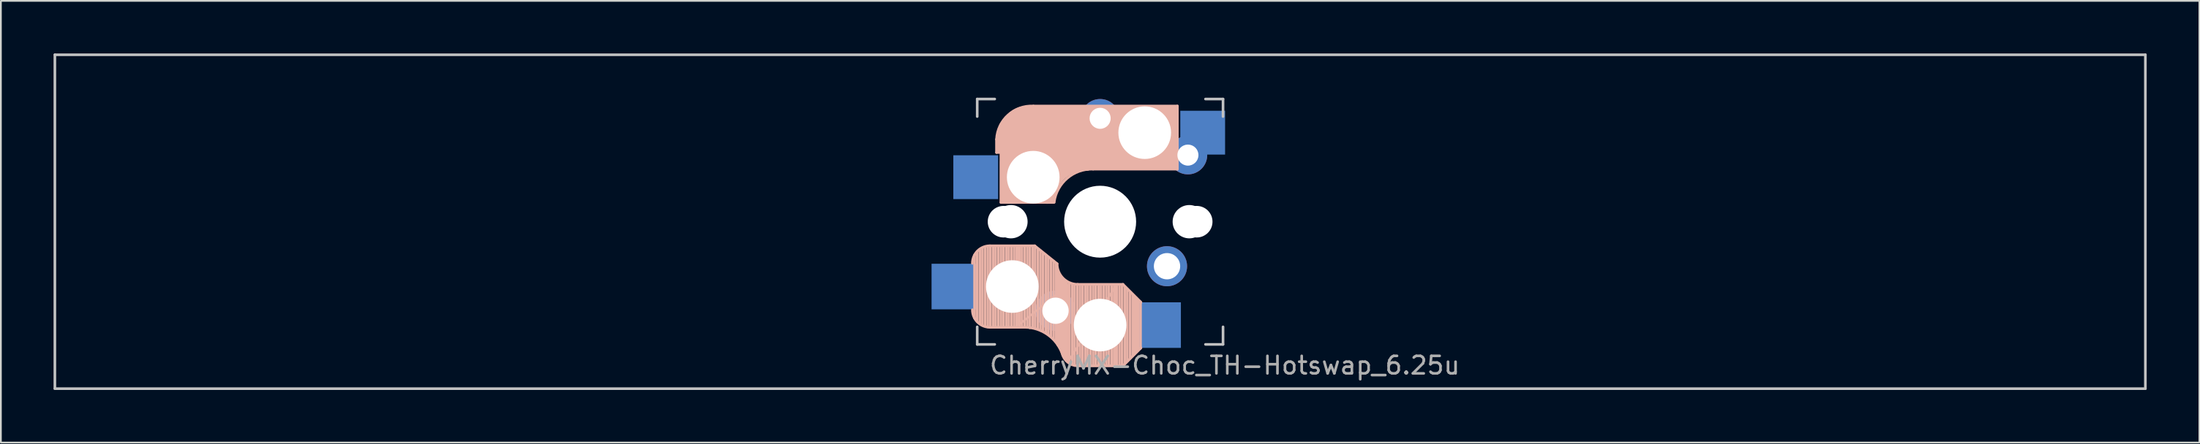
<source format=kicad_pcb>
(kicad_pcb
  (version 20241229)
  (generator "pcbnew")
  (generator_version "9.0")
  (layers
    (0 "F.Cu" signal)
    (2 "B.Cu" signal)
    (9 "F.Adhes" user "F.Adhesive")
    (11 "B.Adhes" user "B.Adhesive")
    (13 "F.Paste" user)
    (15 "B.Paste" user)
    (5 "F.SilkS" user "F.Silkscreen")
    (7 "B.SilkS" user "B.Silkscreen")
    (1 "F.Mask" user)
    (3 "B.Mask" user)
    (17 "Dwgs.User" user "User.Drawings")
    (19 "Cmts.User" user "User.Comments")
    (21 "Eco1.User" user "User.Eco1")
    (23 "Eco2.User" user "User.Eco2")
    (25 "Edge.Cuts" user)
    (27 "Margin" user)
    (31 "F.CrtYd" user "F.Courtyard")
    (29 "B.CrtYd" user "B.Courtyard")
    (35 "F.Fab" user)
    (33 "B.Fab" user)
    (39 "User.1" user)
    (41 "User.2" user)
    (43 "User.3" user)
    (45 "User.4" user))
  (footprint "CherryMX-Choc_TH-Hotswap_6.25u"
    (layer "F.Cu")
    (at 59.606 9.6)
    (property "Reference" "CherryMX-Choc_TH-Hotswap_6.25u" (at 7.1 8.2 0) (layer "F.Fab") (effects (font (size 1 1) (thickness 0.15))))
    (attr through_hole)
    (fp_line (start -7.15 5.5) (end -7.15 1.9) (stroke (width 0.15) (type solid)) (layer "B.SilkS"))
    (fp_line (start -7 5.7) (end -7 1.7) (stroke (width 0.15) (type solid)) (layer "B.SilkS"))
    (fp_line (start -6.85 5.8) (end -6.85 1.6) (stroke (width 0.15) (type solid)) (layer "B.SilkS"))
    (fp_line (start -6.7 5.9) (end -6.7 1.5) (stroke (width 0.15) (type solid)) (layer "B.SilkS"))
    (fp_line (start -6.55 5.95) (end -6.55 1.45) (stroke (width 0.15) (type solid)) (layer "B.SilkS"))
    (fp_line (start -6.4 6) (end -6.4 1.45) (stroke (width 0.15) (type solid)) (layer "B.SilkS"))
    (fp_line (start -6.25 6) (end -6.25 1.4) (stroke (width 0.15) (type solid)) (layer "B.SilkS"))
    (fp_line (start -6.1 6) (end -6.1 1.4) (stroke (width 0.15) (type solid)) (layer "B.SilkS"))
    (fp_line (start -5.95 6) (end -5.95 1.4) (stroke (width 0.15) (type solid)) (layer "B.SilkS"))
    (fp_line (start -5.9 -4.7) (end -5.9 -3.95) (stroke (width 0.15) (type solid)) (layer "B.SilkS"))
    (fp_line (start -5.9 -3.95) (end -5.7 -3.95) (stroke (width 0.15) (type solid)) (layer "B.SilkS"))
    (fp_line (start -5.8 -4.05) (end -5.8 -4.7) (stroke (width 0.3) (type solid)) (layer "B.SilkS"))
    (fp_line (start -5.8 6) (end -5.8 1.4) (stroke (width 0.15) (type solid)) (layer "B.SilkS"))
    (fp_line (start -5.65 -5.55) (end -5.65 -1.1) (stroke (width 0.15) (type solid)) (layer "B.SilkS"))
    (fp_line (start -5.65 -1.1) (end -2.62 -1.1) (stroke (width 0.15) (type solid)) (layer "B.SilkS"))
    (fp_line (start -5.65 6) (end -5.65 1.4) (stroke (width 0.15) (type solid)) (layer "B.SilkS"))
    (fp_line (start -5.5 6) (end -5.5 1.4) (stroke (width 0.15) (type solid)) (layer "B.SilkS"))
    (fp_line (start -5.45 -1.3) (end -3 -1.3) (stroke (width 0.5) (type solid)) (layer "B.SilkS"))
    (fp_line (start -5.35 6) (end -5.35 1.4) (stroke (width 0.15) (type solid)) (layer "B.SilkS"))
    (fp_line (start -5.3 -1.6) (end -5.3 -3.4) (stroke (width 0.8) (type solid)) (layer "B.SilkS"))
    (fp_line (start -5.2 6) (end -5.2 1.4) (stroke (width 0.15) (type solid)) (layer "B.SilkS"))
    (fp_line (start -5.05 6) (end -5.05 1.4) (stroke (width 0.15) (type solid)) (layer "B.SilkS"))
    (fp_line (start -4.9 6) (end -4.9 1.4) (stroke (width 0.15) (type solid)) (layer "B.SilkS"))
    (fp_line (start -4.75 6) (end -4.75 1.4) (stroke (width 0.15) (type solid)) (layer "B.SilkS"))
    (fp_line (start -4.65 5.9) (end -4.65 1.4) (stroke (width 0.12) (type solid)) (layer "B.SilkS"))
    (fp_line (start -4.6 6) (end -4.6 1.4) (stroke (width 0.15) (type solid)) (layer "B.SilkS"))
    (fp_line (start -4.45 6) (end -4.45 1.4) (stroke (width 0.15) (type solid)) (layer "B.SilkS"))
    (fp_line (start -4.3 6) (end -4.3 1.4) (stroke (width 0.15) (type solid)) (layer "B.SilkS"))
    (fp_line (start -4.3 6.025) (end -6.275 6.025) (stroke (width 0.15) (type solid)) (layer "B.SilkS"))
    (fp_line (start -4.17 -5.1) (end -4.17 -2.86) (stroke (width 3) (type solid)) (layer "B.SilkS"))
    (fp_line (start -4.15 6) (end -4.15 1.45) (stroke (width 0.15) (type solid)) (layer "B.SilkS"))
    (fp_line (start -4 6.05) (end -4 1.4) (stroke (width 0.15) (type solid)) (layer "B.SilkS"))
    (fp_line (start -3.85 6.05) (end -3.85 1.4) (stroke (width 0.15) (type solid)) (layer "B.SilkS"))
    (fp_line (start -3.725 1.375) (end -6.275 1.375) (stroke (width 0.15) (type solid)) (layer "B.SilkS"))
    (fp_line (start -3.725 1.375) (end -2.45 2.4) (stroke (width 0.15) (type solid)) (layer "B.SilkS"))
    (fp_line (start -3.7 6.05) (end -3.7 1.45) (stroke (width 0.15) (type solid)) (layer "B.SilkS"))
    (fp_line (start -3.55 6.1) (end -3.55 1.55) (stroke (width 0.15) (type solid)) (layer "B.SilkS"))
    (fp_line (start -3.4 6.2) (end -3.4 1.65) (stroke (width 0.15) (type solid)) (layer "B.SilkS"))
    (fp_line (start -3.25 6.25) (end -3.25 1.8) (stroke (width 0.15) (type solid)) (layer "B.SilkS"))
    (fp_line (start -3.1 6.35) (end -3.1 1.9) (stroke (width 0.15) (type solid)) (layer "B.SilkS"))
    (fp_line (start -2.95 6.45) (end -2.95 2.05) (stroke (width 0.15) (type solid)) (layer "B.SilkS"))
    (fp_line (start -2.8 6.55) (end -2.8 2.15) (stroke (width 0.15) (type solid)) (layer "B.SilkS"))
    (fp_line (start -2.65 6.7) (end -2.65 2.25) (stroke (width 0.15) (type solid)) (layer "B.SilkS"))
    (fp_line (start -2.5 6.85) (end -2.5 2.4) (stroke (width 0.15) (type solid)) (layer "B.SilkS"))
    (fp_line (start -2.4 7.05) (end -2.4 2.9) (stroke (width 0.15) (type solid)) (layer "B.SilkS"))
    (fp_line (start -2.3 7.2) (end -2.3 3.05) (stroke (width 0.15) (type solid)) (layer "B.SilkS"))
    (fp_line (start -2.2 7.4) (end -2.2 3.25) (stroke (width 0.15) (type solid)) (layer "B.SilkS"))
    (fp_line (start -2.1 7.55) (end -2.1 3.35) (stroke (width 0.15) (type solid)) (layer "B.SilkS"))
    (fp_line (start -2 7.8) (end -2 3.4) (stroke (width 0.15) (type solid)) (layer "B.SilkS"))
    (fp_line (start -1.9 7.95) (end -1.9 3.45) (stroke (width 0.15) (type solid)) (layer "B.SilkS"))
    (fp_line (start -1.8 3.6) (end -4.65 5.9) (stroke (width 0.12) (type solid)) (layer "B.SilkS"))
    (fp_line (start -1.8 7.95) (end -1.8 3.6) (stroke (width 0.12) (type solid)) (layer "B.SilkS"))
    (fp_line (start -1.75 8.05) (end -1.75 3.5) (stroke (width 0.15) (type solid)) (layer "B.SilkS"))
    (fp_line (start -1.6 8.15) (end -1.6 3.6) (stroke (width 0.15) (type solid)) (layer "B.SilkS"))
    (fp_line (start -1.45 8.2) (end -1.45 3.6) (stroke (width 0.15) (type solid)) (layer "B.SilkS"))
    (fp_line (start -1.3 8.2) (end -1.3 3.6) (stroke (width 0.15) (type solid)) (layer "B.SilkS"))
    (fp_line (start -1.15 8.2) (end -1.15 3.65) (stroke (width 0.15) (type solid)) (layer "B.SilkS"))
    (fp_line (start -1 8.2) (end -1 3.6) (stroke (width 0.15) (type solid)) (layer "B.SilkS"))
    (fp_line (start -0.85 8.2) (end -0.85 3.6) (stroke (width 0.15) (type solid)) (layer "B.SilkS"))
    (fp_line (start -0.7 8.2) (end -0.7 3.6) (stroke (width 0.15) (type solid)) (layer "B.SilkS"))
    (fp_line (start -0.55 8.2) (end -0.55 3.6) (stroke (width 0.15) (type solid)) (layer "B.SilkS"))
    (fp_line (start -0.4 -3) (end 4.4 -3) (stroke (width 0.15) (type solid)) (layer "B.SilkS"))
    (fp_line (start -0.4 8.2) (end -0.4 3.6) (stroke (width 0.15) (type solid)) (layer "B.SilkS"))
    (fp_line (start -0.25 8.2) (end -0.25 3.6) (stroke (width 0.15) (type solid)) (layer "B.SilkS"))
    (fp_line (start -0.1 8.2) (end -0.1 3.6) (stroke (width 0.15) (type solid)) (layer "B.SilkS"))
    (fp_line (start 0.05 8.2) (end 0.05 3.6) (stroke (width 0.15) (type solid)) (layer "B.SilkS"))
    (fp_line (start 0.2 8.2) (end 0.2 3.6) (stroke (width 0.15) (type solid)) (layer "B.SilkS"))
    (fp_line (start 0.35 8.2) (end 0.35 3.6) (stroke (width 0.15) (type solid)) (layer "B.SilkS"))
    (fp_line (start 0.5 8.2) (end 0.5 3.6) (stroke (width 0.15) (type solid)) (layer "B.SilkS"))
    (fp_line (start 0.65 8.2) (end 0.65 3.6) (stroke (width 0.15) (type solid)) (layer "B.SilkS"))
    (fp_line (start 0.8 8.2) (end 0.8 3.6) (stroke (width 0.15) (type solid)) (layer "B.SilkS"))
    (fp_line (start 0.9 3.65) (end -1.8 7.95) (stroke (width 0.12) (type solid)) (layer "B.SilkS"))
    (fp_line (start 0.9 8.1) (end 0.9 3.65) (stroke (width 0.12) (type solid)) (layer "B.SilkS"))
    (fp_line (start 0.95 8.2) (end 0.95 3.6) (stroke (width 0.15) (type solid)) (layer "B.SilkS"))
    (fp_line (start 1.1 8.2) (end 1.1 3.6) (stroke (width 0.15) (type solid)) (layer "B.SilkS"))
    (fp_line (start 1.25 8.2) (end 1.25 3.6) (stroke (width 0.15) (type solid)) (layer "B.SilkS"))
    (fp_line (start 1.3 3.575) (end -1.275 3.575) (stroke (width 0.15) (type solid)) (layer "B.SilkS"))
    (fp_line (start 1.3 3.575) (end 2.325 4.6) (stroke (width 0.15) (type solid)) (layer "B.SilkS"))
    (fp_line (start 1.3 8.225) (end -1.3 8.225) (stroke (width 0.15) (type solid)) (layer "B.SilkS"))
    (fp_line (start 1.3 8.225) (end 2.325 7.2) (stroke (width 0.15) (type solid)) (layer "B.SilkS"))
    (fp_line (start 1.4 8.1) (end 1.4 3.7) (stroke (width 0.15) (type solid)) (layer "B.SilkS"))
    (fp_line (start 1.55 7.95) (end 1.55 3.85) (stroke (width 0.15) (type solid)) (layer "B.SilkS"))
    (fp_line (start 1.7 7.8) (end 1.7 4) (stroke (width 0.15) (type solid)) (layer "B.SilkS"))
    (fp_line (start 1.85 7.65) (end 1.85 4.15) (stroke (width 0.15) (type solid)) (layer "B.SilkS"))
    (fp_line (start 1.95 7.55) (end 1.95 4.25) (stroke (width 0.15) (type solid)) (layer "B.SilkS"))
    (fp_line (start 2.05 7.45) (end 2.05 4.35) (stroke (width 0.15) (type solid)) (layer "B.SilkS"))
    (fp_line (start 2.15 7.35) (end 2.15 4.45) (stroke (width 0.15) (type solid)) (layer "B.SilkS"))
    (fp_line (start 2.3 4.575) (end 2.3 7.225) (stroke (width 0.15) (type solid)) (layer "B.SilkS"))
    (fp_line (start 2.6 -4.8) (end -4.1 -4.8) (stroke (width 3.5) (type solid)) (layer "B.SilkS"))
    (fp_line (start 3.9 -6) (end 3.9 -3.5) (stroke (width 1) (type solid)) (layer "B.SilkS"))
    (fp_line (start 4.2 -3.25) (end 2.9 -3.3) (stroke (width 0.5) (type solid)) (layer "B.SilkS"))
    (fp_line (start 4.25 -6.4) (end 3 -6.4) (stroke (width 0.4) (type solid)) (layer "B.SilkS"))
    (fp_line (start 4.38 -4) (end 4.38 -6.25) (stroke (width 0.15) (type solid)) (layer "B.SilkS"))
    (fp_line (start 4.4 -6.6) (end -3.8 -6.6) (stroke (width 0.15) (type solid)) (layer "B.SilkS"))
    (fp_line (start 4.4 -3) (end 4.4 -6.6) (stroke (width 0.15) (type solid)) (layer "B.SilkS"))
    (fp_arc (start -7.275 2.375) (mid -6.982107 1.667893) (end -6.275 1.375) (stroke (width 0.15) (type solid)) (layer "B.SilkS"))
    (fp_arc (start -6.275 6.025) (mid -6.982107 5.732107) (end -7.275 5.025) (stroke (width 0.15) (type solid)) (layer "B.SilkS"))
    (fp_arc (start -5.9 -4.699999) (mid -5.243504 -6.084924) (end -3.800001 -6.6) (stroke (width 0.15) (type solid)) (layer "B.SilkS"))
    (fp_arc (start -4.3 6.025) (mid -2.995114 6.436429) (end -2.162199 7.521904) (stroke (width 0.15) (type solid)) (layer "B.SilkS"))
    (fp_arc (start -3.016318 -1.521471) (mid -2.268709 -2.886118) (end -0.8 -3.4) (stroke (width 1) (type solid)) (layer "B.SilkS"))
    (fp_arc (start -2.616318 -1.121471) (mid -1.868709 -2.486118) (end -0.4 -3) (stroke (width 0.15) (type solid)) (layer "B.SilkS"))
    (fp_arc (start -1.300995 8.223791) (mid -1.848284 8.016021) (end -2.162199 7.521904) (stroke (width 0.15) (type solid)) (layer "B.SilkS"))
    (fp_arc (start -1.275 3.575) (mid -2.10585 3.23085) (end -2.45 2.4) (stroke (width 0.15) (type solid)) (layer "B.SilkS"))
    (fp_line (start -59.531 -9.525) (end 59.531 -9.525) (stroke (width 0.15) (type solid)) (layer "Dwgs.User"))
    (fp_line (start -59.531 9.525) (end -59.531 -9.525) (stroke (width 0.15) (type solid)) (layer "Dwgs.User"))
    (fp_line (start -7 -7) (end -6 -7) (stroke (width 0.15) (type solid)) (layer "Dwgs.User"))
    (fp_line (start -7 -6) (end -7 -7) (stroke (width 0.15) (type solid)) (layer "Dwgs.User"))
    (fp_line (start -7 6) (end -7 7) (stroke (width 0.15) (type solid)) (layer "Dwgs.User"))
    (fp_line (start -7 7) (end -6 7) (stroke (width 0.15) (type solid)) (layer "Dwgs.User"))
    (fp_line (start 6 7) (end 7 7) (stroke (width 0.15) (type solid)) (layer "Dwgs.User"))
    (fp_line (start 7 -7) (end 6 -7) (stroke (width 0.15) (type solid)) (layer "Dwgs.User"))
    (fp_line (start 7 -7) (end 7 -6) (stroke (width 0.15) (type solid)) (layer "Dwgs.User"))
    (fp_line (start 7 7) (end 7 6) (stroke (width 0.15) (type solid)) (layer "Dwgs.User"))
    (fp_line (start 59.531 -9.525) (end 59.531 9.525) (stroke (width 0.15) (type solid)) (layer "Dwgs.User"))
    (fp_line (start 59.531 9.525) (end -59.531 9.525) (stroke (width 0.15) (type solid)) (layer "Dwgs.User"))
    (pad "" np_thru_hole circle (at -5.5 0) (size 1.8 1.8) (drill 1.8) (layers "*.Cu" "*.Mask"))
    (pad "" np_thru_hole circle (at -5.22 4.2) (size 1.2 1.2) (drill 1.2) (layers "*.Cu" "*.Mask"))
    (pad "" np_thru_hole circle (at -5.08 0) (size 1.9 1.9) (drill 1.9) (layers "*.Cu" "*.Mask"))
    (pad "" np_thru_hole circle (at -5 3.7 90) (size 3 3) (drill 3) (layers "*.Cu" "*.Mask"))
    (pad "" np_thru_hole circle (at -3.81 -2.54) (size 3 3) (drill 3) (layers "*.Cu" "*.Mask"))
    (pad "" np_thru_hole circle (at 0 0) (size 3.2 3.2) (drill 3.2) (layers "*.Cu" "*.Mask"))
    (pad "" np_thru_hole circle (at 0 0 90) (size 4.1 4.1) (drill 4.1) (layers "*.Cu" "*.Mask"))
    (pad "" np_thru_hole circle (at 0 5.9 90) (size 3 3) (drill 3) (layers "*.Cu" "*.Mask"))
    (pad "" np_thru_hole circle (at 2.54 -5.08) (size 3 3) (drill 3) (layers "*.Cu" "*.Mask"))
    (pad "" np_thru_hole circle (at 5.08 0) (size 1.9 1.9) (drill 1.9) (layers "*.Cu" "*.Mask"))
    (pad "" np_thru_hole circle (at 5.5 0) (size 1.8 1.8) (drill 1.8) (layers "*.Cu" "*.Mask"))
    (pad "1" smd rect (at -8.3 3.7 180) (size 2.6 2.6) (layers "B.Cu" "B.Mask" "B.Paste"))
    (pad "1" smd rect (at -7.085 -2.54 180) (size 2.55 2.5) (layers "B.Cu" "B.Mask" "B.Paste"))
    (pad "1" thru_hole circle (at -2.54 5.08 180) (size 2.286 2.286) (drill 1.499) (layers "*.Cu" "*.Mask"))
    (pad "1" thru_hole circle (at 0 -5.9) (size 2.2 2.2) (drill 1.2) (layers "*.Cu" "B.Mask"))
    (pad "2" smd rect (at 3.3 5.9 180) (size 2.6 2.6) (layers "B.Cu" "B.Mask" "B.Paste"))
    (pad "2" thru_hole circle (at 3.81 2.54 180) (size 2.286 2.286) (drill 1.499) (layers "*.Cu" "*.Mask"))
    (pad "2" thru_hole circle (at 5 -3.8) (size 2.2 2.2) (drill 1.2) (layers "*.Cu" "B.Mask"))
    (pad "2" smd rect (at 5.842 -5.08 180) (size 2.55 2.5) (layers "B.Cu" "B.Mask" "B.Paste")))
  (gr_rect
    (start -3 -3)
    (end 122.213 22.2)
    (stroke (width 0.1) (type default))
    (fill no)
    (layer "Edge.Cuts")))
</source>
